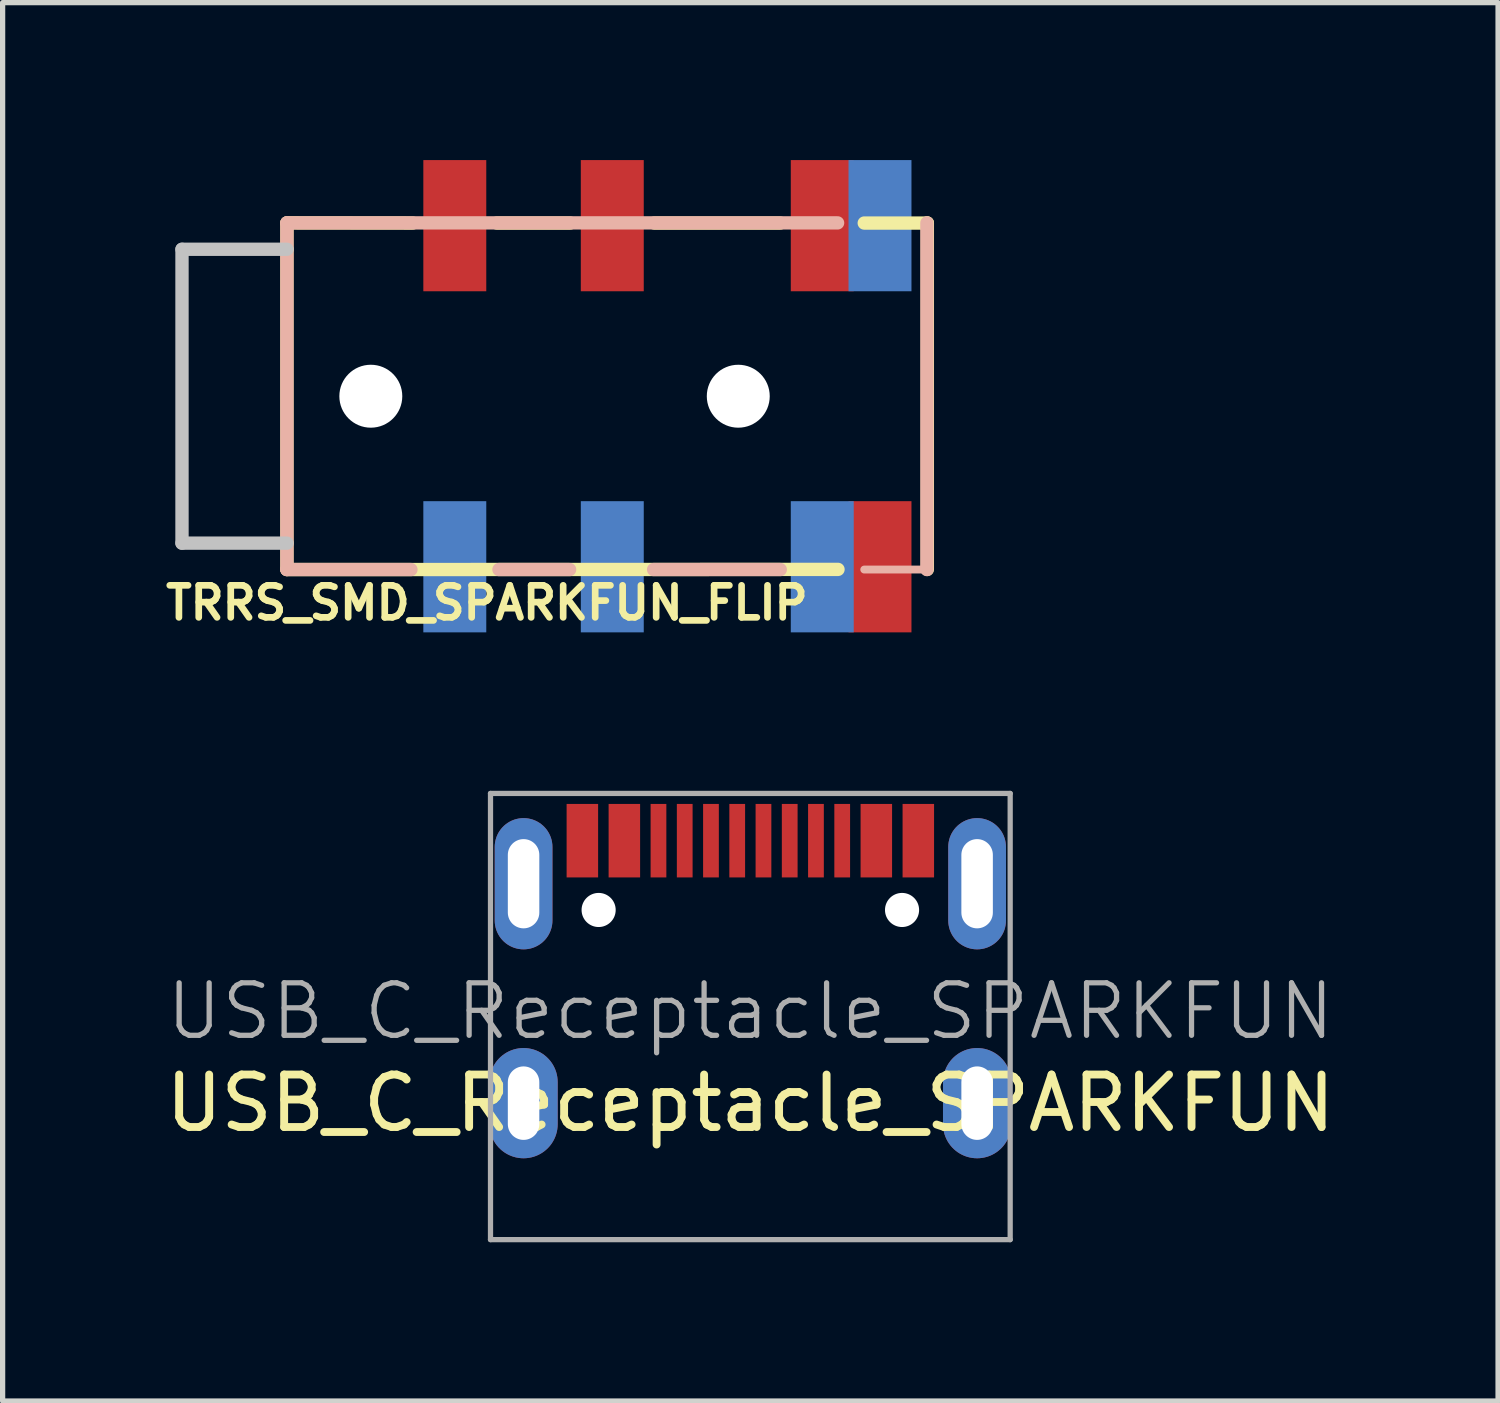
<source format=kicad_pcb>
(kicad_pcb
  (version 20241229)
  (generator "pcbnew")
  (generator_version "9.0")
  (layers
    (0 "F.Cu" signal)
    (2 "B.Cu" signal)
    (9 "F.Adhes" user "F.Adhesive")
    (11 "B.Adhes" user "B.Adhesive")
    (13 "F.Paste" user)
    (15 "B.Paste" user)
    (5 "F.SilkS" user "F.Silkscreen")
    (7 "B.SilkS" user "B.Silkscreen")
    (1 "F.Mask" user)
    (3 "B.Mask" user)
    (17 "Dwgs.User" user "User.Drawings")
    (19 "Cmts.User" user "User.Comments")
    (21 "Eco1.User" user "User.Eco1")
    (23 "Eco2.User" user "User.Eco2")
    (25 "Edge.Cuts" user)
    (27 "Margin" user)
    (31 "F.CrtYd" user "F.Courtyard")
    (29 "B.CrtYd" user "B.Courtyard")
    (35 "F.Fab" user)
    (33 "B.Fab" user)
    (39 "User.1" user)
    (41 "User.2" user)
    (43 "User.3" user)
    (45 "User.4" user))
  (footprint "USB_C_Receptacle_SPARKFUN"
    (layer "F.Cu")
    (at 11.244 17.965)
    (property "Reference" "USB_C_Receptacle_SPARKFUN" (at 0 0 0) (layer "F.SilkS") (effects (font (size 1 1) (thickness 0.15))))
    (attr smd)
    (fp_line (start -4.32 2.6) (end 4.32 2.6) (stroke (width 0.15) (type solid)) (layer "Eco2.User"))
    (fp_line (start -3.7 -4.75) (end 3.7 -4.75) (stroke (width 0.15) (type solid)) (layer "Eco2.User"))
    (fp_line (start -4.95 -5.9) (end 4.95 -5.9) (stroke (width 0.1) (type solid)) (layer "F.Fab"))
    (fp_line (start -4.95 2.6) (end -4.95 -5.9) (stroke (width 0.1) (type solid)) (layer "F.Fab"))
    (fp_line (start -4.95 2.6) (end 4.95 2.6) (stroke (width 0.1) (type solid)) (layer "F.Fab"))
    (fp_line (start 4.95 2.6) (end 4.95 -5.9) (stroke (width 0.1) (type solid)) (layer "F.Fab"))
    (fp_text user "${REFERENCE}" (at 0 -1.75 0) (layer "F.Fab") (effects (font (size 1 1) (thickness 0.1))))
    (pad "" np_thru_hole circle (at -2.89 -3.68) (size 0.65 0.65) (drill 0.65) (layers "*.Cu" "*.Mask"))
    (pad "" np_thru_hole circle (at 2.89 -3.68) (size 0.65 0.65) (drill 0.65) (layers "*.Cu" "*.Mask"))
    (pad "A1" smd rect (at -3.2 -5) (size 0.6 1.4) (layers "F.Cu" "F.Mask" "F.Paste"))
    (pad "A4" smd rect (at -2.4 -5) (size 0.6 1.4) (layers "F.Cu" "F.Mask" "F.Paste"))
    (pad "A5" smd rect (at -1.25 -5) (size 0.3 1.4) (layers "F.Cu" "F.Mask" "F.Paste"))
    (pad "A6" smd rect (at -0.25 -5) (size 0.3 1.4) (layers "F.Cu" "F.Mask" "F.Paste"))
    (pad "A7" smd rect (at 0.25 -5) (size 0.3 1.4) (layers "F.Cu" "F.Mask" "F.Paste"))
    (pad "A8" smd rect (at 1.25 -5) (size 0.3 1.4) (layers "F.Cu" "F.Mask" "F.Paste"))
    (pad "B1" smd rect (at 3.2 -5) (size 0.6 1.4) (layers "F.Cu" "F.Mask" "F.Paste"))
    (pad "B4" smd rect (at 2.4 -5) (size 0.6 1.4) (layers "F.Cu" "F.Mask" "F.Paste"))
    (pad "B5" smd rect (at 1.75 -5) (size 0.3 1.4) (layers "F.Cu" "F.Mask" "F.Paste"))
    (pad "B6" smd rect (at 0.75 -5) (size 0.3 1.4) (layers "F.Cu" "F.Mask" "F.Paste"))
    (pad "B7" smd rect (at -0.75 -5) (size 0.3 1.4) (layers "F.Cu" "F.Mask" "F.Paste"))
    (pad "B8" smd rect (at -1.75 -5) (size 0.3 1.4) (layers "F.Cu" "F.Mask" "F.Paste"))
    (pad "S1" thru_hole oval (at -4.32 -4.18) (size 1.1 2.5) (drill oval 0.6 1.7) (layers "*.Cu" "*.Mask"))
    (pad "S1" thru_hole oval (at -4.32 0) (size 1.3 2.1) (drill oval 0.6 1.4) (layers "*.Cu" "*.Mask"))
    (pad "S1" thru_hole oval (at 4.32 -4.18) (size 1.1 2.5) (drill oval 0.6 1.7) (layers "*.Cu" "*.Mask"))
    (pad "S1" thru_hole oval (at 4.32 0) (size 1.3 2.1) (drill oval 0.6 1.4) (layers "*.Cu" "*.Mask")))
  (footprint "TRRS_SMD_SPARKFUN_FLIP"
    (layer "F.Cu")
    (at 2.416 4.498)
    (property "Reference" "TRRS_SMD_SPARKFUN_FLIP" (at 3.81 3.937 0) (layer "F.SilkS") (effects (font (size 0.61 0.61) (thickness 0.127))))
    (attr smd)
    (fp_line (start 0 -3.302) (end 2.398 -3.299) (stroke (width 0.254) (type solid)) (layer "F.SilkS"))
    (fp_line (start 0 -3.299) (end 0 -2.799) (stroke (width 0.254) (type solid)) (layer "F.SilkS"))
    (fp_line (start 0 -2.799) (end 0 2.799) (stroke (width 0.254) (type solid)) (layer "F.SilkS"))
    (fp_line (start 0 2.799) (end 0 3.299) (stroke (width 0.254) (type solid)) (layer "F.SilkS"))
    (fp_line (start 0 3.302) (end 10.498 3.299) (stroke (width 0.254) (type solid)) (layer "F.SilkS"))
    (fp_line (start 3.998 -3.299) (end 5.397 -3.299) (stroke (width 0.254) (type solid)) (layer "F.SilkS"))
    (fp_line (start 6.998 -3.299) (end 9.398 -3.299) (stroke (width 0.254) (type solid)) (layer "F.SilkS"))
    (fp_line (start 12.2 -3.299) (end 10.998 -3.299) (stroke (width 0.254) (type solid)) (layer "F.SilkS"))
    (fp_line (start 12.2 -3.299) (end 12.2 3.299) (stroke (width 0.254) (type solid)) (layer "F.SilkS"))
    (fp_line (start 0 -3.302) (end 10.49 -3.302) (stroke (width 0.254) (type solid)) (layer "B.SilkS"))
    (fp_line (start 0 3.302) (end 0 -3.302) (stroke (width 0.254) (type solid)) (layer "B.SilkS"))
    (fp_line (start 2.362 3.302) (end 0 3.302) (stroke (width 0.254) (type solid)) (layer "B.SilkS"))
    (fp_line (start 5.385 3.302) (end 4.039 3.302) (stroke (width 0.254) (type solid)) (layer "B.SilkS"))
    (fp_line (start 9.398 3.302) (end 6.985 3.302) (stroke (width 0.254) (type solid)) (layer "B.SilkS"))
    (fp_line (start 12.192 -3.302) (end 12.192 3.302) (stroke (width 0.254) (type solid)) (layer "B.SilkS"))
    (fp_line (start 12.192 3.302) (end 10.998 3.302) (stroke (width 0.15) (type solid)) (layer "B.SilkS"))
    (fp_line (start -1.999 -2.799) (end -1.999 2.799) (stroke (width 0.254) (type solid)) (layer "Dwgs.User"))
    (fp_line (start -1.999 2.799) (end 0 2.799) (stroke (width 0.254) (type solid)) (layer "Dwgs.User"))
    (fp_line (start 0 -2.799) (end -1.999 -2.799) (stroke (width 0.254) (type solid)) (layer "Dwgs.User"))
    (pad "" np_thru_hole circle (at 1.598 0) (size 1.199 1.199) (drill 1.199) (layers "*.Cu" "*.Mask"))
    (pad "" np_thru_hole circle (at 8.598 0) (size 1.199 1.199) (drill 1.199) (layers "*.Cu" "*.Mask"))
    (pad "1" smd rect (at 11.298 -3.249) (size 1.199 2.499) (layers "B.Cu" "B.Mask" "B.Paste"))
    (pad "1" smd rect (at 11.298 3.249) (size 1.199 2.499) (layers "F.Cu" "F.Mask" "F.Paste"))
    (pad "2" smd rect (at 10.198 -3.249) (size 1.199 2.499) (layers "F.Cu" "F.Mask" "F.Paste"))
    (pad "2" smd rect (at 10.198 3.249) (size 1.199 2.499) (layers "B.Cu" "B.Mask" "B.Paste"))
    (pad "3" smd rect (at 6.198 -3.249) (size 1.199 2.499) (layers "F.Cu" "F.Mask" "F.Paste"))
    (pad "3" smd rect (at 6.198 3.249) (size 1.199 2.499) (layers "B.Cu" "B.Mask" "B.Paste"))
    (pad "4" smd rect (at 3.198 -3.249 180) (size 1.199 2.499) (layers "F.Cu" "F.Mask" "F.Paste"))
    (pad "4" smd rect (at 3.198 3.249 180) (size 1.199 2.499) (layers "B.Cu" "B.Mask" "B.Paste")))
  (gr_rect
    (start -3 -3)
    (end 25.488 23.64)
    (stroke (width 0.1) (type default))
    (fill no)
    (layer "Edge.Cuts")))
</source>
